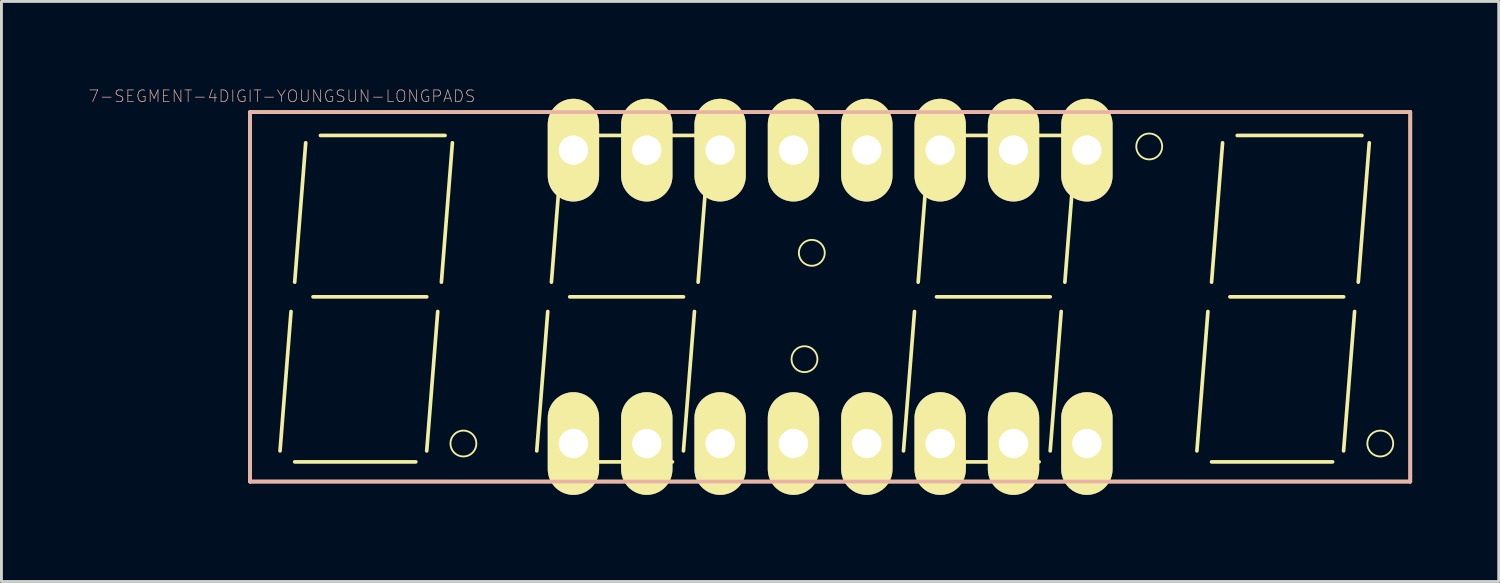
<source format=kicad_pcb>
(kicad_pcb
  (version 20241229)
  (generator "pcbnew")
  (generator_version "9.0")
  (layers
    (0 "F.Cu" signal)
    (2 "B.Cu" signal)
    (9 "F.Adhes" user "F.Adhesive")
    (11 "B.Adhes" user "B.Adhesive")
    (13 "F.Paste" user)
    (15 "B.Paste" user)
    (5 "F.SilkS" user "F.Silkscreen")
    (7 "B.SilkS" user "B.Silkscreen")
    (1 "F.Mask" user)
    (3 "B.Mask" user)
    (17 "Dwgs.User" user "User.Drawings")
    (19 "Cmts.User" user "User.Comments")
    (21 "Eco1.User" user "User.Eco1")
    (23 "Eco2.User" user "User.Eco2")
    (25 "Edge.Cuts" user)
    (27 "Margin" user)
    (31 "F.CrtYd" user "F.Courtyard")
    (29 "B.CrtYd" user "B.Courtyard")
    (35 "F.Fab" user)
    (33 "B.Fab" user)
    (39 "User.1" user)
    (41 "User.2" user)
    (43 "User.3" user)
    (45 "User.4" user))
  (footprint "7-SEGMENT-4DIGIT-YOUNGSUN-LONGPADS"
    (layer "F.Cu")
    (at 25.697 7.229)
    (property "Reference" "7-SEGMENT-4DIGIT-YOUNGSUN-LONGPADS" (at -18.984 -6.947 0) (layer "B.SilkS") (effects (font (size 0.406 0.406) (thickness 0.025))))
    (attr exclude_from_pos_files exclude_from_bom)
    (fp_line (start -20.089 -6.398) (end -20.089 6.398) (stroke (width 0.127) (type solid)) (layer "F.SilkS"))
    (fp_line (start -20.089 -6.398) (end 20.089 -6.398) (stroke (width 0.127) (type solid)) (layer "F.SilkS"))
    (fp_line (start -20.089 6.398) (end 20.089 6.398) (stroke (width 0.127) (type solid)) (layer "F.SilkS"))
    (fp_line (start -18.669 0.508) (end -19.05 5.334) (stroke (width 0.127) (type solid)) (layer "F.SilkS"))
    (fp_line (start -18.542 5.715) (end -14.348 5.715) (stroke (width 0.127) (type solid)) (layer "F.SilkS"))
    (fp_line (start -18.161 -5.334) (end -18.542 -0.508) (stroke (width 0.127) (type solid)) (layer "F.SilkS"))
    (fp_line (start -17.907 0) (end -13.97 0) (stroke (width 0.127) (type solid)) (layer "F.SilkS"))
    (fp_line (start -17.65 -5.588) (end -13.335 -5.588) (stroke (width 0.127) (type solid)) (layer "F.SilkS"))
    (fp_line (start -13.589 0.508) (end -13.97 5.334) (stroke (width 0.127) (type solid)) (layer "F.SilkS"))
    (fp_line (start -13.081 -5.334) (end -13.462 -0.508) (stroke (width 0.127) (type solid)) (layer "F.SilkS"))
    (fp_line (start -9.779 0.508) (end -10.16 5.334) (stroke (width 0.127) (type solid)) (layer "F.SilkS"))
    (fp_line (start -9.652 5.715) (end -5.461 5.715) (stroke (width 0.127) (type solid)) (layer "F.SilkS"))
    (fp_line (start -9.271 -5.334) (end -9.652 -0.508) (stroke (width 0.127) (type solid)) (layer "F.SilkS"))
    (fp_line (start -9.017 0) (end -5.08 0) (stroke (width 0.127) (type solid)) (layer "F.SilkS"))
    (fp_line (start -8.76 -5.588) (end -4.445 -5.588) (stroke (width 0.127) (type solid)) (layer "F.SilkS"))
    (fp_line (start -4.699 0.508) (end -5.08 5.334) (stroke (width 0.127) (type solid)) (layer "F.SilkS"))
    (fp_line (start -4.191 -5.334) (end -4.572 -0.508) (stroke (width 0.127) (type solid)) (layer "F.SilkS"))
    (fp_line (start 2.921 0.508) (end 2.54 5.334) (stroke (width 0.127) (type solid)) (layer "F.SilkS"))
    (fp_line (start 3.048 5.715) (end 7.236 5.715) (stroke (width 0.127) (type solid)) (layer "F.SilkS"))
    (fp_line (start 3.429 -5.334) (end 3.048 -0.508) (stroke (width 0.127) (type solid)) (layer "F.SilkS"))
    (fp_line (start 3.683 0) (end 7.62 0) (stroke (width 0.127) (type solid)) (layer "F.SilkS"))
    (fp_line (start 3.937 -5.588) (end 8.255 -5.588) (stroke (width 0.127) (type solid)) (layer "F.SilkS"))
    (fp_line (start 8.001 0.508) (end 7.62 5.334) (stroke (width 0.127) (type solid)) (layer "F.SilkS"))
    (fp_line (start 8.509 -5.334) (end 8.128 -0.508) (stroke (width 0.127) (type solid)) (layer "F.SilkS"))
    (fp_line (start 13.081 0.508) (end 12.7 5.334) (stroke (width 0.127) (type solid)) (layer "F.SilkS"))
    (fp_line (start 13.208 5.715) (end 17.399 5.715) (stroke (width 0.127) (type solid)) (layer "F.SilkS"))
    (fp_line (start 13.589 -5.334) (end 13.208 -0.508) (stroke (width 0.127) (type solid)) (layer "F.SilkS"))
    (fp_line (start 13.843 0) (end 17.78 0) (stroke (width 0.127) (type solid)) (layer "F.SilkS"))
    (fp_line (start 14.097 -5.588) (end 18.415 -5.588) (stroke (width 0.127) (type solid)) (layer "F.SilkS"))
    (fp_line (start 18.161 0.508) (end 17.78 5.334) (stroke (width 0.127) (type solid)) (layer "F.SilkS"))
    (fp_line (start 18.669 -5.334) (end 18.288 -0.508) (stroke (width 0.127) (type solid)) (layer "F.SilkS"))
    (fp_line (start 20.089 -6.398) (end 20.089 6.398) (stroke (width 0.127) (type solid)) (layer "F.SilkS"))
    (fp_circle (center -12.7 5.08) (end -13.018 5.397) (stroke (width 0.064) (type solid)) (fill no) (layer "F.SilkS"))
    (fp_circle (center -3.81 5.08) (end -4.128 5.397) (stroke (width 0.064) (type solid)) (fill no) (layer "F.SilkS"))
    (fp_circle (center -0.889 2.159) (end -1.206 2.477) (stroke (width 0.064) (type solid)) (fill no) (layer "F.SilkS"))
    (fp_circle (center -0.635 -1.524) (end -0.953 -1.841) (stroke (width 0.064) (type solid)) (fill no) (layer "F.SilkS"))
    (fp_circle (center 8.89 5.08) (end 9.207 5.397) (stroke (width 0.064) (type solid)) (fill no) (layer "F.SilkS"))
    (fp_circle (center 11.049 -5.207) (end 11.367 -5.524) (stroke (width 0.064) (type solid)) (fill no) (layer "F.SilkS"))
    (fp_circle (center 19.05 5.08) (end 19.367 5.397) (stroke (width 0.064) (type solid)) (fill no) (layer "F.SilkS"))
    (fp_line (start -20.089 -6.398) (end -20.089 6.398) (stroke (width 0.127) (type solid)) (layer "B.SilkS"))
    (fp_line (start -20.089 -6.398) (end 20.089 -6.398) (stroke (width 0.127) (type solid)) (layer "B.SilkS"))
    (fp_line (start -20.089 6.398) (end 20.089 6.398) (stroke (width 0.127) (type solid)) (layer "B.SilkS"))
    (fp_line (start 20.089 -6.398) (end 20.089 6.398) (stroke (width 0.127) (type solid)) (layer "B.SilkS"))
    (pad "1" thru_hole oval (at -8.89 5.08 180) (size 1.778 3.556) (drill 1.016) (layers "*.Cu" "F.Mask" "F.SilkS" "F.Paste"))
    (pad "2" thru_hole oval (at -6.35 5.08 180) (size 1.778 3.556) (drill 1.016) (layers "*.Cu" "F.Mask" "F.SilkS" "F.Paste"))
    (pad "3" thru_hole oval (at -3.81 5.08 180) (size 1.778 3.556) (drill 1.016) (layers "*.Cu" "F.Mask" "F.SilkS" "F.Paste"))
    (pad "4" thru_hole oval (at -1.27 5.08 180) (size 1.778 3.556) (drill 1.016) (layers "*.Cu" "F.Mask" "F.SilkS" "F.Paste"))
    (pad "5" thru_hole oval (at 1.27 5.08 180) (size 1.778 3.556) (drill 1.016) (layers "*.Cu" "F.Mask" "F.SilkS" "F.Paste"))
    (pad "6" thru_hole oval (at 3.81 5.08 180) (size 1.778 3.556) (drill 1.016) (layers "*.Cu" "F.Mask" "F.SilkS" "F.Paste"))
    (pad "7" thru_hole oval (at 6.35 5.08 180) (size 1.778 3.556) (drill 1.016) (layers "*.Cu" "F.Mask" "F.SilkS" "F.Paste"))
    (pad "8" thru_hole oval (at 8.89 5.08 180) (size 1.778 3.556) (drill 1.016) (layers "*.Cu" "F.Mask" "F.SilkS" "F.Paste"))
    (pad "9" thru_hole oval (at 8.89 -5.08 180) (size 1.778 3.556) (drill 1.016) (layers "*.Cu" "F.Mask" "F.SilkS" "F.Paste"))
    (pad "10" thru_hole oval (at 6.35 -5.08 180) (size 1.778 3.556) (drill 1.016) (layers "*.Cu" "F.Mask" "F.SilkS" "F.Paste"))
    (pad "11" thru_hole oval (at 3.81 -5.08 180) (size 1.778 3.556) (drill 1.016) (layers "*.Cu" "F.Mask" "F.SilkS" "F.Paste"))
    (pad "12" thru_hole oval (at 1.27 -5.08 180) (size 1.778 3.556) (drill 1.016) (layers "*.Cu" "F.Mask" "F.SilkS" "F.Paste"))
    (pad "13" thru_hole oval (at -1.27 -5.08 180) (size 1.778 3.556) (drill 1.016) (layers "*.Cu" "F.Mask" "F.SilkS" "F.Paste"))
    (pad "14" thru_hole oval (at -3.81 -5.08 180) (size 1.778 3.556) (drill 1.016) (layers "*.Cu" "F.Mask" "F.SilkS" "F.Paste"))
    (pad "15" thru_hole oval (at -6.35 -5.08 180) (size 1.778 3.556) (drill 1.016) (layers "*.Cu" "F.Mask" "F.SilkS" "F.Paste"))
    (pad "16" thru_hole oval (at -8.89 -5.08 180) (size 1.778 3.556) (drill 1.016) (layers "*.Cu" "F.Mask" "F.SilkS" "F.Paste")))
  (gr_rect
    (start -3 -3)
    (end 48.849 17.087)
    (stroke (width 0.1) (type default))
    (fill no)
    (layer "Edge.Cuts")))
</source>
